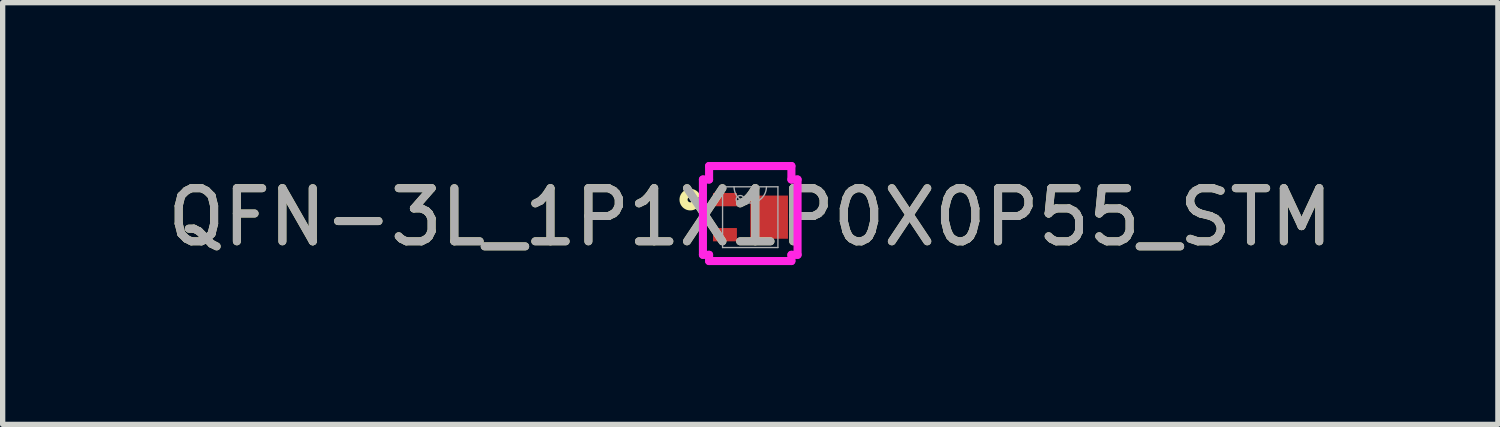
<source format=kicad_pcb>
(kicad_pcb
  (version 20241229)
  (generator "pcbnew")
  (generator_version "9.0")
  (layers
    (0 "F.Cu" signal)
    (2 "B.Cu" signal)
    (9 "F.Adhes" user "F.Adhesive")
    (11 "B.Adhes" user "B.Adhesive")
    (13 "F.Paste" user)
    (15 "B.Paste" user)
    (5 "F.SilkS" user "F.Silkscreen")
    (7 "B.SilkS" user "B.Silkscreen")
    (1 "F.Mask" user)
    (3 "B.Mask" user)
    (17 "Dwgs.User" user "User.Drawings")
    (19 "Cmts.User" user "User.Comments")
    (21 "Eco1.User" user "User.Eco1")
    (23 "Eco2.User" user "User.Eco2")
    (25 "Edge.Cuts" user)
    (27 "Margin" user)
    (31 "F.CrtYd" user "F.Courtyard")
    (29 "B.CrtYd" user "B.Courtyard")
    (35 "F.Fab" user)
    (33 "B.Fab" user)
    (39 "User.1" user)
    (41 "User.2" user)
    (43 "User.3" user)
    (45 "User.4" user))
  (footprint "QFN-3L_1P1X1P0X0P55_STM"
    (layer "F.Cu")
    (at 11.077 1.039)
    (property "Reference" "QFN-3L_1P1X1P0X0P55_STM" (at 0 0 0) (unlocked yes) (layer "F.SilkS") (effects (font (size 1 1) (thickness 0.15))))
    (attr smd)
    (fp_arc (start -1.033241 -0.246693) (mid -1.2561 -0.33) (end -1.033241 -0.413307) (stroke (width 0.1524) (type solid)) (layer "F.SilkS"))
    (fp_line (start -0.891 -0.709) (end -0.775 -0.709) (stroke (width 0.152) (type solid)) (layer "F.CrtYd"))
    (fp_line (start -0.891 0.709) (end -0.891 -0.709) (stroke (width 0.152) (type solid)) (layer "F.CrtYd"))
    (fp_line (start -0.891 0.709) (end -0.775 0.709) (stroke (width 0.152) (type solid)) (layer "F.CrtYd"))
    (fp_line (start -0.775 -0.963) (end 0.775 -0.963) (stroke (width 0.152) (type solid)) (layer "F.CrtYd"))
    (fp_line (start -0.775 -0.709) (end -0.775 -0.963) (stroke (width 0.152) (type solid)) (layer "F.CrtYd"))
    (fp_line (start -0.775 0.826) (end -0.775 0.709) (stroke (width 0.152) (type solid)) (layer "F.CrtYd"))
    (fp_line (start 0.775 -0.963) (end 0.775 -0.709) (stroke (width 0.152) (type solid)) (layer "F.CrtYd"))
    (fp_line (start 0.775 0.709) (end 0.775 0.826) (stroke (width 0.152) (type solid)) (layer "F.CrtYd"))
    (fp_line (start 0.775 0.826) (end -0.775 0.826) (stroke (width 0.152) (type solid)) (layer "F.CrtYd"))
    (fp_line (start 0.891 -0.709) (end 0.775 -0.709) (stroke (width 0.152) (type solid)) (layer "F.CrtYd"))
    (fp_line (start 0.891 -0.709) (end 0.891 0.709) (stroke (width 0.152) (type solid)) (layer "F.CrtYd"))
    (fp_line (start 0.891 0.709) (end 0.775 0.709) (stroke (width 0.152) (type solid)) (layer "F.CrtYd"))
    (fp_line (start -0.521 -0.572) (end -0.521 0.572) (stroke (width 0.025) (type solid)) (layer "F.Fab"))
    (fp_line (start -0.521 0.572) (end 0.521 0.572) (stroke (width 0.025) (type solid)) (layer "F.Fab"))
    (fp_line (start 0.521 -0.572) (end -0.521 -0.572) (stroke (width 0.025) (type solid)) (layer "F.Fab"))
    (fp_line (start 0.521 0.572) (end 0.521 -0.572) (stroke (width 0.025) (type solid)) (layer "F.Fab"))
    (fp_arc (start 0.3048 -0.5715) (mid 0 -0.2667) (end -0.3048 -0.5715) (stroke (width 0.0254) (type solid)) (layer "F.Fab"))
    (fp_circle (center -0.188 -0.33) (end -0.111 -0.33) (stroke (width 0.025) (type solid)) (fill no) (layer "F.Fab"))
    (fp_text user "${REFERENCE}" (at 0 0 0) (unlocked yes) (layer "F.Fab") (effects (font (size 1 1) (thickness 0.15))))
    (pad "1" smd rect (at -0.476 -0.33) (size 0.45 0.25) (layers "F.Cu" "F.Mask" "F.Paste"))
    (pad "2" smd rect (at -0.476 0.33) (size 0.45 0.25) (layers "F.Cu" "F.Mask" "F.Paste"))
    (pad "3" smd rect (at 0.355 0) (size 0.711 0.813) (layers "F.Cu" "F.Mask" "F.Paste")))
  (gr_rect
    (start -3 -3)
    (end 25.155 4.941)
    (stroke (width 0.1) (type default))
    (fill no)
    (layer "Edge.Cuts")))
</source>
